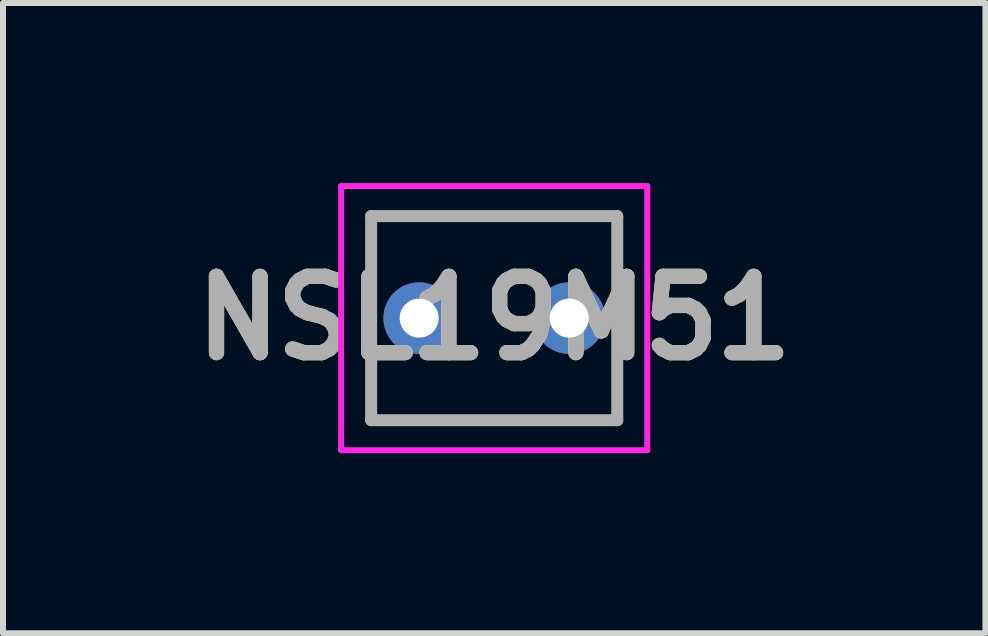
<source format=kicad_pcb>
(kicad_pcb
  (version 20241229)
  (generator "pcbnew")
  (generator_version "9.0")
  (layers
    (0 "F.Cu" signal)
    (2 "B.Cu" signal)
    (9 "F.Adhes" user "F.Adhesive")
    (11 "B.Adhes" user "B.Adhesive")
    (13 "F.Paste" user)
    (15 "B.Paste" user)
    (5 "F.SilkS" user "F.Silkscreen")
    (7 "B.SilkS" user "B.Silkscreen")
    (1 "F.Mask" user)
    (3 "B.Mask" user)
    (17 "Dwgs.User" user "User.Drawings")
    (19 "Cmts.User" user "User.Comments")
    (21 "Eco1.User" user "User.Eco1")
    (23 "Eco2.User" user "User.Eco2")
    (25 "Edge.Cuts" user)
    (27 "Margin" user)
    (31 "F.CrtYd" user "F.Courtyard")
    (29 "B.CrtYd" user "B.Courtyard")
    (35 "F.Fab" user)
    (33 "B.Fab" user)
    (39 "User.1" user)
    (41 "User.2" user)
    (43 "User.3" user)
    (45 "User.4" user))
  (footprint "NSL19M51"
    (layer "F.Cu")
    (at 5.183 2.25)
    (property "Reference" "NSL19M51" (at 0 0 0) (layer "F.SilkS") (effects (font (size 1.27 1.27) (thickness 0.254))))
    (attr through_hole)
    (fp_line (start -2.05 -1.7) (end 2.05 -1.7) (stroke (width 0.1) (type solid)) (layer "F.SilkS"))
    (fp_line (start -2.05 1.7) (end -2.05 -1.7) (stroke (width 0.1) (type solid)) (layer "F.SilkS"))
    (fp_line (start 2.05 -1.7) (end 2.05 1.7) (stroke (width 0.1) (type solid)) (layer "F.SilkS"))
    (fp_line (start 2.05 1.7) (end -2.05 1.7) (stroke (width 0.1) (type solid)) (layer "F.SilkS"))
    (fp_line (start -2.55 -2.2) (end 2.55 -2.2) (stroke (width 0.1) (type solid)) (layer "F.CrtYd"))
    (fp_line (start -2.55 2.2) (end -2.55 -2.2) (stroke (width 0.1) (type solid)) (layer "F.CrtYd"))
    (fp_line (start 2.55 -2.2) (end 2.55 2.2) (stroke (width 0.1) (type solid)) (layer "F.CrtYd"))
    (fp_line (start 2.55 2.2) (end -2.55 2.2) (stroke (width 0.1) (type solid)) (layer "F.CrtYd"))
    (fp_line (start -2.05 -1.7) (end 2.05 -1.7) (stroke (width 0.2) (type solid)) (layer "F.Fab"))
    (fp_line (start -2.05 1.7) (end -2.05 -1.7) (stroke (width 0.2) (type solid)) (layer "F.Fab"))
    (fp_line (start 2.05 -1.7) (end 2.05 1.7) (stroke (width 0.2) (type solid)) (layer "F.Fab"))
    (fp_line (start 2.05 1.7) (end -2.05 1.7) (stroke (width 0.2) (type solid)) (layer "F.Fab"))
    (fp_text user "${REFERENCE}" (at 0 0 0) (layer "F.Fab") (effects (font (size 1.27 1.27) (thickness 0.254))))
    (pad "1" thru_hole circle (at -1.25 0) (size 1.192 1.192) (drill 0.65) (layers "*.Cu" "*.Mask"))
    (pad "2" thru_hole circle (at 1.25 0) (size 1.192 1.192) (drill 0.65) (layers "*.Cu" "*.Mask")))
  (gr_rect
    (start -3 -3)
    (end 13.366 7.5)
    (stroke (width 0.1) (type default))
    (fill no)
    (layer "Edge.Cuts")))
</source>
